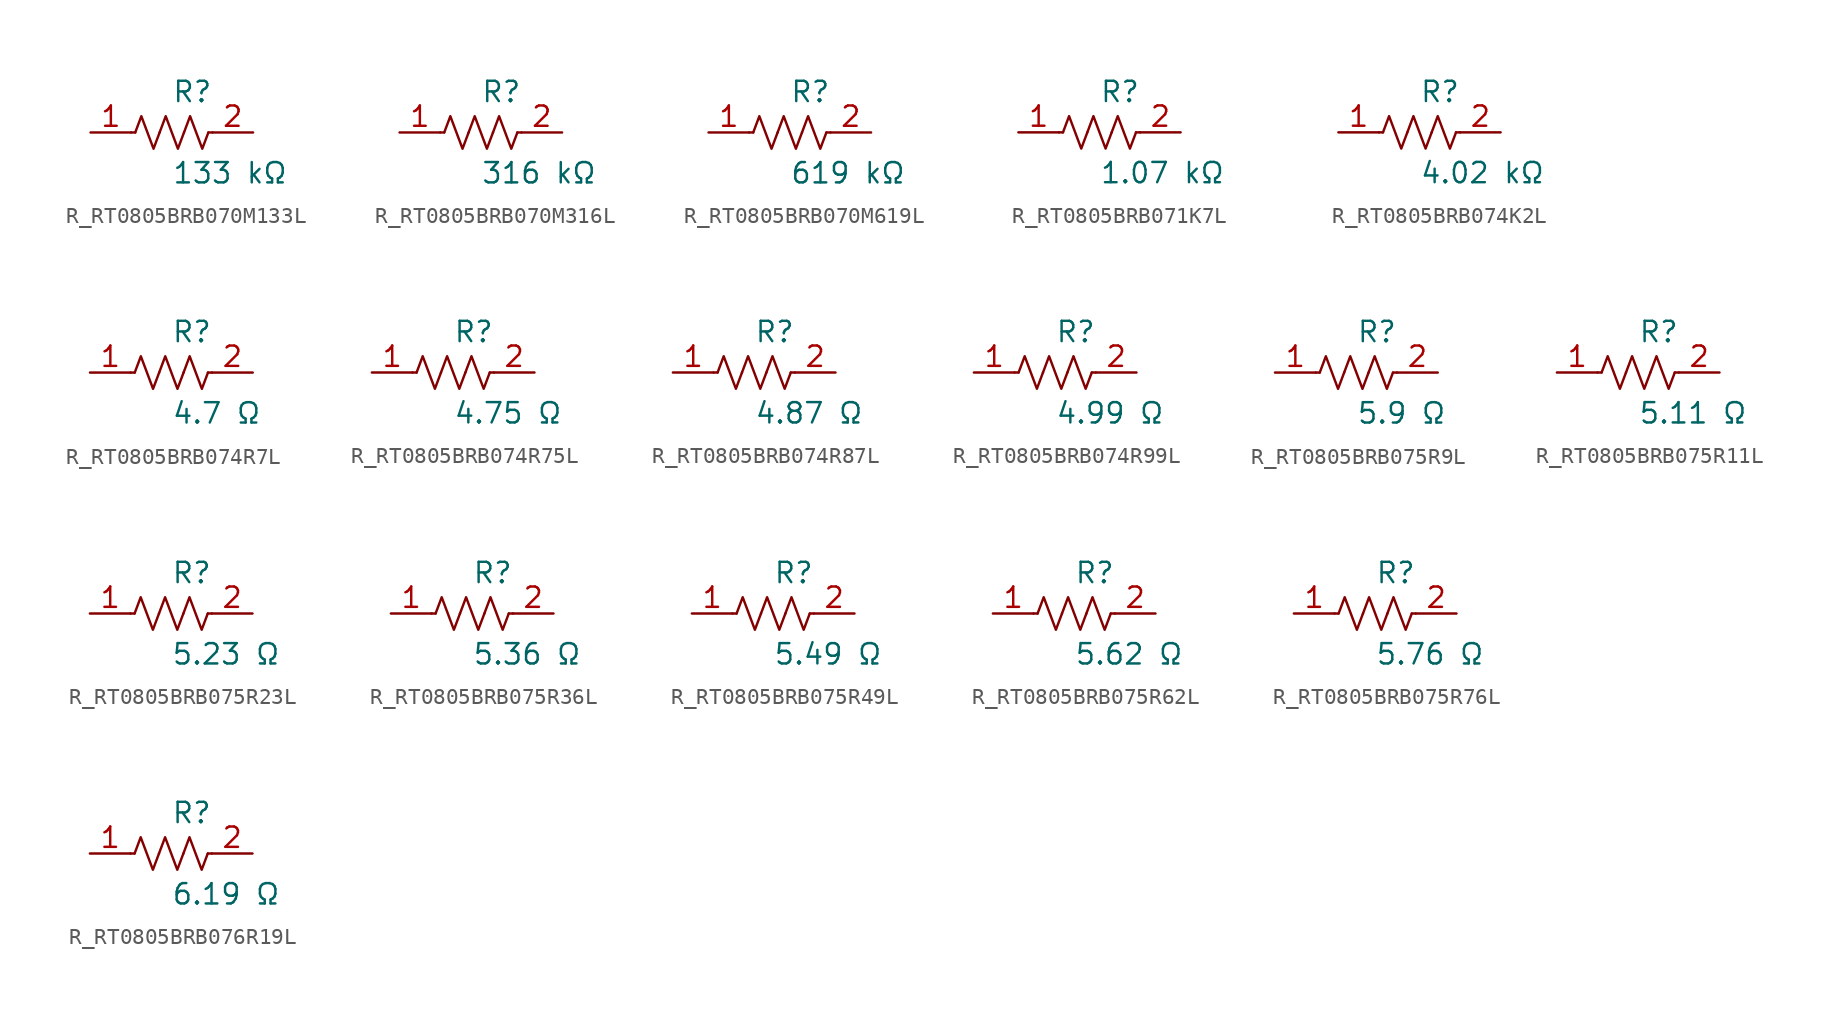
<source format=kicad_sym>
(kicad_symbol_lib
  (version 20231120)
  (generator kicad_symbol_editor)
  (generator_version 8.0)
  (symbol "R_RT0805BRB070M133L"
    (pin_names
      (offset 0.254))
    (property "Reference" "R"
      (at 0.0 2.54 0)
      (effects (font (size 1.27 1.27)) (justify left)))
    (property "Value" "133 kΩ"
      (at 0.0 -2.54 0)
      (effects (font (size 1.27 1.27)) (justify left)))
    (symbol "R_RT0805BRB070M133L_0_1"
      (polyline (pts (xy 2.286 0) (xy 2.54 0)) (stroke (width 0) (type default)) (fill (type none)))
      (polyline (pts (xy -2.286 0) (xy -2.54 0)) (stroke (width 0) (type default)) (fill (type none)))
      (polyline (pts (xy 0.762 0) (xy 1.143 1.016) (xy 1.524 0) (xy 1.905 -1.016) (xy 2.286 0)) (stroke (width 0) (type default)) (fill (type none)))
      (polyline (pts (xy -0.762 0) (xy -0.381 1.016) (xy 0 0) (xy 0.381 -1.016) (xy 0.762 0)) (stroke (width 0) (type default)) (fill (type none)))
      (polyline (pts (xy -2.286 0) (xy -1.905 1.016) (xy -1.524 0) (xy -1.143 -1.016) (xy -0.762 0)) (stroke (width 0) (type default)) (fill (type none))))
    (pin unspecified line
      (at -5.08 0 0)
      (length 2.54)
      (name "" (effects (font (size 1.27 1.27))))
      (number "1" (effects (font (size 1.27 1.27)))))
    (pin unspecified line
      (at 5.08 0 180)
      (length 2.54)
      (name "" (effects (font (size 1.27 1.27))))
      (number "2" (effects (font (size 1.27 1.27))))))
  (symbol "R_RT0805BRB070M316L"
    (pin_names
      (offset 0.254))
    (property "Reference" "R"
      (at 0.0 2.54 0)
      (effects (font (size 1.27 1.27)) (justify left)))
    (property "Value" "316 kΩ"
      (at 0.0 -2.54 0)
      (effects (font (size 1.27 1.27)) (justify left)))
    (symbol "R_RT0805BRB070M316L_0_1"
      (polyline (pts (xy 2.286 0) (xy 2.54 0)) (stroke (width 0) (type default)) (fill (type none)))
      (polyline (pts (xy -2.286 0) (xy -2.54 0)) (stroke (width 0) (type default)) (fill (type none)))
      (polyline (pts (xy 0.762 0) (xy 1.143 1.016) (xy 1.524 0) (xy 1.905 -1.016) (xy 2.286 0)) (stroke (width 0) (type default)) (fill (type none)))
      (polyline (pts (xy -0.762 0) (xy -0.381 1.016) (xy 0 0) (xy 0.381 -1.016) (xy 0.762 0)) (stroke (width 0) (type default)) (fill (type none)))
      (polyline (pts (xy -2.286 0) (xy -1.905 1.016) (xy -1.524 0) (xy -1.143 -1.016) (xy -0.762 0)) (stroke (width 0) (type default)) (fill (type none))))
    (pin unspecified line
      (at -5.08 0 0)
      (length 2.54)
      (name "" (effects (font (size 1.27 1.27))))
      (number "1" (effects (font (size 1.27 1.27)))))
    (pin unspecified line
      (at 5.08 0 180)
      (length 2.54)
      (name "" (effects (font (size 1.27 1.27))))
      (number "2" (effects (font (size 1.27 1.27))))))
  (symbol "R_RT0805BRB070M619L"
    (pin_names
      (offset 0.254))
    (property "Reference" "R"
      (at 0.0 2.54 0)
      (effects (font (size 1.27 1.27)) (justify left)))
    (property "Value" "619 kΩ"
      (at 0.0 -2.54 0)
      (effects (font (size 1.27 1.27)) (justify left)))
    (symbol "R_RT0805BRB070M619L_0_1"
      (polyline (pts (xy 2.286 0) (xy 2.54 0)) (stroke (width 0) (type default)) (fill (type none)))
      (polyline (pts (xy -2.286 0) (xy -2.54 0)) (stroke (width 0) (type default)) (fill (type none)))
      (polyline (pts (xy 0.762 0) (xy 1.143 1.016) (xy 1.524 0) (xy 1.905 -1.016) (xy 2.286 0)) (stroke (width 0) (type default)) (fill (type none)))
      (polyline (pts (xy -0.762 0) (xy -0.381 1.016) (xy 0 0) (xy 0.381 -1.016) (xy 0.762 0)) (stroke (width 0) (type default)) (fill (type none)))
      (polyline (pts (xy -2.286 0) (xy -1.905 1.016) (xy -1.524 0) (xy -1.143 -1.016) (xy -0.762 0)) (stroke (width 0) (type default)) (fill (type none))))
    (pin unspecified line
      (at -5.08 0 0)
      (length 2.54)
      (name "" (effects (font (size 1.27 1.27))))
      (number "1" (effects (font (size 1.27 1.27)))))
    (pin unspecified line
      (at 5.08 0 180)
      (length 2.54)
      (name "" (effects (font (size 1.27 1.27))))
      (number "2" (effects (font (size 1.27 1.27))))))
  (symbol "R_RT0805BRB071K7L"
    (pin_names
      (offset 0.254))
    (property "Reference" "R"
      (at 0.0 2.54 0)
      (effects (font (size 1.27 1.27)) (justify left)))
    (property "Value" "1.07 kΩ"
      (at 0.0 -2.54 0)
      (effects (font (size 1.27 1.27)) (justify left)))
    (symbol "R_RT0805BRB071K7L_0_1"
      (polyline (pts (xy 2.286 0) (xy 2.54 0)) (stroke (width 0) (type default)) (fill (type none)))
      (polyline (pts (xy -2.286 0) (xy -2.54 0)) (stroke (width 0) (type default)) (fill (type none)))
      (polyline (pts (xy 0.762 0) (xy 1.143 1.016) (xy 1.524 0) (xy 1.905 -1.016) (xy 2.286 0)) (stroke (width 0) (type default)) (fill (type none)))
      (polyline (pts (xy -0.762 0) (xy -0.381 1.016) (xy 0 0) (xy 0.381 -1.016) (xy 0.762 0)) (stroke (width 0) (type default)) (fill (type none)))
      (polyline (pts (xy -2.286 0) (xy -1.905 1.016) (xy -1.524 0) (xy -1.143 -1.016) (xy -0.762 0)) (stroke (width 0) (type default)) (fill (type none))))
    (pin unspecified line
      (at -5.08 0 0)
      (length 2.54)
      (name "" (effects (font (size 1.27 1.27))))
      (number "1" (effects (font (size 1.27 1.27)))))
    (pin unspecified line
      (at 5.08 0 180)
      (length 2.54)
      (name "" (effects (font (size 1.27 1.27))))
      (number "2" (effects (font (size 1.27 1.27))))))
  (symbol "R_RT0805BRB074K2L"
    (pin_names
      (offset 0.254))
    (property "Reference" "R"
      (at 0.0 2.54 0)
      (effects (font (size 1.27 1.27)) (justify left)))
    (property "Value" "4.02 kΩ"
      (at 0.0 -2.54 0)
      (effects (font (size 1.27 1.27)) (justify left)))
    (symbol "R_RT0805BRB074K2L_0_1"
      (polyline (pts (xy 2.286 0) (xy 2.54 0)) (stroke (width 0) (type default)) (fill (type none)))
      (polyline (pts (xy -2.286 0) (xy -2.54 0)) (stroke (width 0) (type default)) (fill (type none)))
      (polyline (pts (xy 0.762 0) (xy 1.143 1.016) (xy 1.524 0) (xy 1.905 -1.016) (xy 2.286 0)) (stroke (width 0) (type default)) (fill (type none)))
      (polyline (pts (xy -0.762 0) (xy -0.381 1.016) (xy 0 0) (xy 0.381 -1.016) (xy 0.762 0)) (stroke (width 0) (type default)) (fill (type none)))
      (polyline (pts (xy -2.286 0) (xy -1.905 1.016) (xy -1.524 0) (xy -1.143 -1.016) (xy -0.762 0)) (stroke (width 0) (type default)) (fill (type none))))
    (pin unspecified line
      (at -5.08 0 0)
      (length 2.54)
      (name "" (effects (font (size 1.27 1.27))))
      (number "1" (effects (font (size 1.27 1.27)))))
    (pin unspecified line
      (at 5.08 0 180)
      (length 2.54)
      (name "" (effects (font (size 1.27 1.27))))
      (number "2" (effects (font (size 1.27 1.27))))))
  (symbol "R_RT0805BRB074R7L"
    (pin_names
      (offset 0.254))
    (property "Reference" "R"
      (at 0.0 2.54 0)
      (effects (font (size 1.27 1.27)) (justify left)))
    (property "Value" "4.7 Ω"
      (at 0.0 -2.54 0)
      (effects (font (size 1.27 1.27)) (justify left)))
    (symbol "R_RT0805BRB074R7L_0_1"
      (polyline (pts (xy 2.286 0) (xy 2.54 0)) (stroke (width 0) (type default)) (fill (type none)))
      (polyline (pts (xy -2.286 0) (xy -2.54 0)) (stroke (width 0) (type default)) (fill (type none)))
      (polyline (pts (xy 0.762 0) (xy 1.143 1.016) (xy 1.524 0) (xy 1.905 -1.016) (xy 2.286 0)) (stroke (width 0) (type default)) (fill (type none)))
      (polyline (pts (xy -0.762 0) (xy -0.381 1.016) (xy 0 0) (xy 0.381 -1.016) (xy 0.762 0)) (stroke (width 0) (type default)) (fill (type none)))
      (polyline (pts (xy -2.286 0) (xy -1.905 1.016) (xy -1.524 0) (xy -1.143 -1.016) (xy -0.762 0)) (stroke (width 0) (type default)) (fill (type none))))
    (pin unspecified line
      (at -5.08 0 0)
      (length 2.54)
      (name "" (effects (font (size 1.27 1.27))))
      (number "1" (effects (font (size 1.27 1.27)))))
    (pin unspecified line
      (at 5.08 0 180)
      (length 2.54)
      (name "" (effects (font (size 1.27 1.27))))
      (number "2" (effects (font (size 1.27 1.27))))))
  (symbol "R_RT0805BRB074R75L"
    (pin_names
      (offset 0.254))
    (property "Reference" "R"
      (at 0.0 2.54 0)
      (effects (font (size 1.27 1.27)) (justify left)))
    (property "Value" "4.75 Ω"
      (at 0.0 -2.54 0)
      (effects (font (size 1.27 1.27)) (justify left)))
    (symbol "R_RT0805BRB074R75L_0_1"
      (polyline (pts (xy 2.286 0) (xy 2.54 0)) (stroke (width 0) (type default)) (fill (type none)))
      (polyline (pts (xy -2.286 0) (xy -2.54 0)) (stroke (width 0) (type default)) (fill (type none)))
      (polyline (pts (xy 0.762 0) (xy 1.143 1.016) (xy 1.524 0) (xy 1.905 -1.016) (xy 2.286 0)) (stroke (width 0) (type default)) (fill (type none)))
      (polyline (pts (xy -0.762 0) (xy -0.381 1.016) (xy 0 0) (xy 0.381 -1.016) (xy 0.762 0)) (stroke (width 0) (type default)) (fill (type none)))
      (polyline (pts (xy -2.286 0) (xy -1.905 1.016) (xy -1.524 0) (xy -1.143 -1.016) (xy -0.762 0)) (stroke (width 0) (type default)) (fill (type none))))
    (pin unspecified line
      (at -5.08 0 0)
      (length 2.54)
      (name "" (effects (font (size 1.27 1.27))))
      (number "1" (effects (font (size 1.27 1.27)))))
    (pin unspecified line
      (at 5.08 0 180)
      (length 2.54)
      (name "" (effects (font (size 1.27 1.27))))
      (number "2" (effects (font (size 1.27 1.27))))))
  (symbol "R_RT0805BRB074R87L"
    (pin_names
      (offset 0.254))
    (property "Reference" "R"
      (at 0.0 2.54 0)
      (effects (font (size 1.27 1.27)) (justify left)))
    (property "Value" "4.87 Ω"
      (at 0.0 -2.54 0)
      (effects (font (size 1.27 1.27)) (justify left)))
    (symbol "R_RT0805BRB074R87L_0_1"
      (polyline (pts (xy 2.286 0) (xy 2.54 0)) (stroke (width 0) (type default)) (fill (type none)))
      (polyline (pts (xy -2.286 0) (xy -2.54 0)) (stroke (width 0) (type default)) (fill (type none)))
      (polyline (pts (xy 0.762 0) (xy 1.143 1.016) (xy 1.524 0) (xy 1.905 -1.016) (xy 2.286 0)) (stroke (width 0) (type default)) (fill (type none)))
      (polyline (pts (xy -0.762 0) (xy -0.381 1.016) (xy 0 0) (xy 0.381 -1.016) (xy 0.762 0)) (stroke (width 0) (type default)) (fill (type none)))
      (polyline (pts (xy -2.286 0) (xy -1.905 1.016) (xy -1.524 0) (xy -1.143 -1.016) (xy -0.762 0)) (stroke (width 0) (type default)) (fill (type none))))
    (pin unspecified line
      (at -5.08 0 0)
      (length 2.54)
      (name "" (effects (font (size 1.27 1.27))))
      (number "1" (effects (font (size 1.27 1.27)))))
    (pin unspecified line
      (at 5.08 0 180)
      (length 2.54)
      (name "" (effects (font (size 1.27 1.27))))
      (number "2" (effects (font (size 1.27 1.27))))))
  (symbol "R_RT0805BRB074R99L"
    (pin_names
      (offset 0.254))
    (property "Reference" "R"
      (at 0.0 2.54 0)
      (effects (font (size 1.27 1.27)) (justify left)))
    (property "Value" "4.99 Ω"
      (at 0.0 -2.54 0)
      (effects (font (size 1.27 1.27)) (justify left)))
    (symbol "R_RT0805BRB074R99L_0_1"
      (polyline (pts (xy 2.286 0) (xy 2.54 0)) (stroke (width 0) (type default)) (fill (type none)))
      (polyline (pts (xy -2.286 0) (xy -2.54 0)) (stroke (width 0) (type default)) (fill (type none)))
      (polyline (pts (xy 0.762 0) (xy 1.143 1.016) (xy 1.524 0) (xy 1.905 -1.016) (xy 2.286 0)) (stroke (width 0) (type default)) (fill (type none)))
      (polyline (pts (xy -0.762 0) (xy -0.381 1.016) (xy 0 0) (xy 0.381 -1.016) (xy 0.762 0)) (stroke (width 0) (type default)) (fill (type none)))
      (polyline (pts (xy -2.286 0) (xy -1.905 1.016) (xy -1.524 0) (xy -1.143 -1.016) (xy -0.762 0)) (stroke (width 0) (type default)) (fill (type none))))
    (pin unspecified line
      (at -5.08 0 0)
      (length 2.54)
      (name "" (effects (font (size 1.27 1.27))))
      (number "1" (effects (font (size 1.27 1.27)))))
    (pin unspecified line
      (at 5.08 0 180)
      (length 2.54)
      (name "" (effects (font (size 1.27 1.27))))
      (number "2" (effects (font (size 1.27 1.27))))))
  (symbol "R_RT0805BRB075R9L"
    (pin_names
      (offset 0.254))
    (property "Reference" "R"
      (at 0.0 2.54 0)
      (effects (font (size 1.27 1.27)) (justify left)))
    (property "Value" "5.9 Ω"
      (at 0.0 -2.54 0)
      (effects (font (size 1.27 1.27)) (justify left)))
    (symbol "R_RT0805BRB075R9L_0_1"
      (polyline (pts (xy 2.286 0) (xy 2.54 0)) (stroke (width 0) (type default)) (fill (type none)))
      (polyline (pts (xy -2.286 0) (xy -2.54 0)) (stroke (width 0) (type default)) (fill (type none)))
      (polyline (pts (xy 0.762 0) (xy 1.143 1.016) (xy 1.524 0) (xy 1.905 -1.016) (xy 2.286 0)) (stroke (width 0) (type default)) (fill (type none)))
      (polyline (pts (xy -0.762 0) (xy -0.381 1.016) (xy 0 0) (xy 0.381 -1.016) (xy 0.762 0)) (stroke (width 0) (type default)) (fill (type none)))
      (polyline (pts (xy -2.286 0) (xy -1.905 1.016) (xy -1.524 0) (xy -1.143 -1.016) (xy -0.762 0)) (stroke (width 0) (type default)) (fill (type none))))
    (pin unspecified line
      (at -5.08 0 0)
      (length 2.54)
      (name "" (effects (font (size 1.27 1.27))))
      (number "1" (effects (font (size 1.27 1.27)))))
    (pin unspecified line
      (at 5.08 0 180)
      (length 2.54)
      (name "" (effects (font (size 1.27 1.27))))
      (number "2" (effects (font (size 1.27 1.27))))))
  (symbol "R_RT0805BRB075R11L"
    (pin_names
      (offset 0.254))
    (property "Reference" "R"
      (at 0.0 2.54 0)
      (effects (font (size 1.27 1.27)) (justify left)))
    (property "Value" "5.11 Ω"
      (at 0.0 -2.54 0)
      (effects (font (size 1.27 1.27)) (justify left)))
    (symbol "R_RT0805BRB075R11L_0_1"
      (polyline (pts (xy 2.286 0) (xy 2.54 0)) (stroke (width 0) (type default)) (fill (type none)))
      (polyline (pts (xy -2.286 0) (xy -2.54 0)) (stroke (width 0) (type default)) (fill (type none)))
      (polyline (pts (xy 0.762 0) (xy 1.143 1.016) (xy 1.524 0) (xy 1.905 -1.016) (xy 2.286 0)) (stroke (width 0) (type default)) (fill (type none)))
      (polyline (pts (xy -0.762 0) (xy -0.381 1.016) (xy 0 0) (xy 0.381 -1.016) (xy 0.762 0)) (stroke (width 0) (type default)) (fill (type none)))
      (polyline (pts (xy -2.286 0) (xy -1.905 1.016) (xy -1.524 0) (xy -1.143 -1.016) (xy -0.762 0)) (stroke (width 0) (type default)) (fill (type none))))
    (pin unspecified line
      (at -5.08 0 0)
      (length 2.54)
      (name "" (effects (font (size 1.27 1.27))))
      (number "1" (effects (font (size 1.27 1.27)))))
    (pin unspecified line
      (at 5.08 0 180)
      (length 2.54)
      (name "" (effects (font (size 1.27 1.27))))
      (number "2" (effects (font (size 1.27 1.27))))))
  (symbol "R_RT0805BRB075R23L"
    (pin_names
      (offset 0.254))
    (property "Reference" "R"
      (at 0.0 2.54 0)
      (effects (font (size 1.27 1.27)) (justify left)))
    (property "Value" "5.23 Ω"
      (at 0.0 -2.54 0)
      (effects (font (size 1.27 1.27)) (justify left)))
    (symbol "R_RT0805BRB075R23L_0_1"
      (polyline (pts (xy 2.286 0) (xy 2.54 0)) (stroke (width 0) (type default)) (fill (type none)))
      (polyline (pts (xy -2.286 0) (xy -2.54 0)) (stroke (width 0) (type default)) (fill (type none)))
      (polyline (pts (xy 0.762 0) (xy 1.143 1.016) (xy 1.524 0) (xy 1.905 -1.016) (xy 2.286 0)) (stroke (width 0) (type default)) (fill (type none)))
      (polyline (pts (xy -0.762 0) (xy -0.381 1.016) (xy 0 0) (xy 0.381 -1.016) (xy 0.762 0)) (stroke (width 0) (type default)) (fill (type none)))
      (polyline (pts (xy -2.286 0) (xy -1.905 1.016) (xy -1.524 0) (xy -1.143 -1.016) (xy -0.762 0)) (stroke (width 0) (type default)) (fill (type none))))
    (pin unspecified line
      (at -5.08 0 0)
      (length 2.54)
      (name "" (effects (font (size 1.27 1.27))))
      (number "1" (effects (font (size 1.27 1.27)))))
    (pin unspecified line
      (at 5.08 0 180)
      (length 2.54)
      (name "" (effects (font (size 1.27 1.27))))
      (number "2" (effects (font (size 1.27 1.27))))))
  (symbol "R_RT0805BRB075R36L"
    (pin_names
      (offset 0.254))
    (property "Reference" "R"
      (at 0.0 2.54 0)
      (effects (font (size 1.27 1.27)) (justify left)))
    (property "Value" "5.36 Ω"
      (at 0.0 -2.54 0)
      (effects (font (size 1.27 1.27)) (justify left)))
    (symbol "R_RT0805BRB075R36L_0_1"
      (polyline (pts (xy 2.286 0) (xy 2.54 0)) (stroke (width 0) (type default)) (fill (type none)))
      (polyline (pts (xy -2.286 0) (xy -2.54 0)) (stroke (width 0) (type default)) (fill (type none)))
      (polyline (pts (xy 0.762 0) (xy 1.143 1.016) (xy 1.524 0) (xy 1.905 -1.016) (xy 2.286 0)) (stroke (width 0) (type default)) (fill (type none)))
      (polyline (pts (xy -0.762 0) (xy -0.381 1.016) (xy 0 0) (xy 0.381 -1.016) (xy 0.762 0)) (stroke (width 0) (type default)) (fill (type none)))
      (polyline (pts (xy -2.286 0) (xy -1.905 1.016) (xy -1.524 0) (xy -1.143 -1.016) (xy -0.762 0)) (stroke (width 0) (type default)) (fill (type none))))
    (pin unspecified line
      (at -5.08 0 0)
      (length 2.54)
      (name "" (effects (font (size 1.27 1.27))))
      (number "1" (effects (font (size 1.27 1.27)))))
    (pin unspecified line
      (at 5.08 0 180)
      (length 2.54)
      (name "" (effects (font (size 1.27 1.27))))
      (number "2" (effects (font (size 1.27 1.27))))))
  (symbol "R_RT0805BRB075R49L"
    (pin_names
      (offset 0.254))
    (property "Reference" "R"
      (at 0.0 2.54 0)
      (effects (font (size 1.27 1.27)) (justify left)))
    (property "Value" "5.49 Ω"
      (at 0.0 -2.54 0)
      (effects (font (size 1.27 1.27)) (justify left)))
    (symbol "R_RT0805BRB075R49L_0_1"
      (polyline (pts (xy 2.286 0) (xy 2.54 0)) (stroke (width 0) (type default)) (fill (type none)))
      (polyline (pts (xy -2.286 0) (xy -2.54 0)) (stroke (width 0) (type default)) (fill (type none)))
      (polyline (pts (xy 0.762 0) (xy 1.143 1.016) (xy 1.524 0) (xy 1.905 -1.016) (xy 2.286 0)) (stroke (width 0) (type default)) (fill (type none)))
      (polyline (pts (xy -0.762 0) (xy -0.381 1.016) (xy 0 0) (xy 0.381 -1.016) (xy 0.762 0)) (stroke (width 0) (type default)) (fill (type none)))
      (polyline (pts (xy -2.286 0) (xy -1.905 1.016) (xy -1.524 0) (xy -1.143 -1.016) (xy -0.762 0)) (stroke (width 0) (type default)) (fill (type none))))
    (pin unspecified line
      (at -5.08 0 0)
      (length 2.54)
      (name "" (effects (font (size 1.27 1.27))))
      (number "1" (effects (font (size 1.27 1.27)))))
    (pin unspecified line
      (at 5.08 0 180)
      (length 2.54)
      (name "" (effects (font (size 1.27 1.27))))
      (number "2" (effects (font (size 1.27 1.27))))))
  (symbol "R_RT0805BRB075R62L"
    (pin_names
      (offset 0.254))
    (property "Reference" "R"
      (at 0.0 2.54 0)
      (effects (font (size 1.27 1.27)) (justify left)))
    (property "Value" "5.62 Ω"
      (at 0.0 -2.54 0)
      (effects (font (size 1.27 1.27)) (justify left)))
    (symbol "R_RT0805BRB075R62L_0_1"
      (polyline (pts (xy 2.286 0) (xy 2.54 0)) (stroke (width 0) (type default)) (fill (type none)))
      (polyline (pts (xy -2.286 0) (xy -2.54 0)) (stroke (width 0) (type default)) (fill (type none)))
      (polyline (pts (xy 0.762 0) (xy 1.143 1.016) (xy 1.524 0) (xy 1.905 -1.016) (xy 2.286 0)) (stroke (width 0) (type default)) (fill (type none)))
      (polyline (pts (xy -0.762 0) (xy -0.381 1.016) (xy 0 0) (xy 0.381 -1.016) (xy 0.762 0)) (stroke (width 0) (type default)) (fill (type none)))
      (polyline (pts (xy -2.286 0) (xy -1.905 1.016) (xy -1.524 0) (xy -1.143 -1.016) (xy -0.762 0)) (stroke (width 0) (type default)) (fill (type none))))
    (pin unspecified line
      (at -5.08 0 0)
      (length 2.54)
      (name "" (effects (font (size 1.27 1.27))))
      (number "1" (effects (font (size 1.27 1.27)))))
    (pin unspecified line
      (at 5.08 0 180)
      (length 2.54)
      (name "" (effects (font (size 1.27 1.27))))
      (number "2" (effects (font (size 1.27 1.27))))))
  (symbol "R_RT0805BRB075R76L"
    (pin_names
      (offset 0.254))
    (property "Reference" "R"
      (at 0.0 2.54 0)
      (effects (font (size 1.27 1.27)) (justify left)))
    (property "Value" "5.76 Ω"
      (at 0.0 -2.54 0)
      (effects (font (size 1.27 1.27)) (justify left)))
    (symbol "R_RT0805BRB075R76L_0_1"
      (polyline (pts (xy 2.286 0) (xy 2.54 0)) (stroke (width 0) (type default)) (fill (type none)))
      (polyline (pts (xy -2.286 0) (xy -2.54 0)) (stroke (width 0) (type default)) (fill (type none)))
      (polyline (pts (xy 0.762 0) (xy 1.143 1.016) (xy 1.524 0) (xy 1.905 -1.016) (xy 2.286 0)) (stroke (width 0) (type default)) (fill (type none)))
      (polyline (pts (xy -0.762 0) (xy -0.381 1.016) (xy 0 0) (xy 0.381 -1.016) (xy 0.762 0)) (stroke (width 0) (type default)) (fill (type none)))
      (polyline (pts (xy -2.286 0) (xy -1.905 1.016) (xy -1.524 0) (xy -1.143 -1.016) (xy -0.762 0)) (stroke (width 0) (type default)) (fill (type none))))
    (pin unspecified line
      (at -5.08 0 0)
      (length 2.54)
      (name "" (effects (font (size 1.27 1.27))))
      (number "1" (effects (font (size 1.27 1.27)))))
    (pin unspecified line
      (at 5.08 0 180)
      (length 2.54)
      (name "" (effects (font (size 1.27 1.27))))
      (number "2" (effects (font (size 1.27 1.27))))))
  (symbol "R_RT0805BRB076R19L"
    (pin_names
      (offset 0.254))
    (property "Reference" "R"
      (at 0.0 2.54 0)
      (effects (font (size 1.27 1.27)) (justify left)))
    (property "Value" "6.19 Ω"
      (at 0.0 -2.54 0)
      (effects (font (size 1.27 1.27)) (justify left)))
    (symbol "R_RT0805BRB076R19L_0_1"
      (polyline (pts (xy 2.286 0) (xy 2.54 0)) (stroke (width 0) (type default)) (fill (type none)))
      (polyline (pts (xy -2.286 0) (xy -2.54 0)) (stroke (width 0) (type default)) (fill (type none)))
      (polyline (pts (xy 0.762 0) (xy 1.143 1.016) (xy 1.524 0) (xy 1.905 -1.016) (xy 2.286 0)) (stroke (width 0) (type default)) (fill (type none)))
      (polyline (pts (xy -0.762 0) (xy -0.381 1.016) (xy 0 0) (xy 0.381 -1.016) (xy 0.762 0)) (stroke (width 0) (type default)) (fill (type none)))
      (polyline (pts (xy -2.286 0) (xy -1.905 1.016) (xy -1.524 0) (xy -1.143 -1.016) (xy -0.762 0)) (stroke (width 0) (type default)) (fill (type none))))
    (pin unspecified line
      (at -5.08 0 0)
      (length 2.54)
      (name "" (effects (font (size 1.27 1.27))))
      (number "1" (effects (font (size 1.27 1.27)))))
    (pin unspecified line
      (at 5.08 0 180)
      (length 2.54)
      (name "" (effects (font (size 1.27 1.27))))
      (number "2" (effects (font (size 1.27 1.27)))))))
</source>
